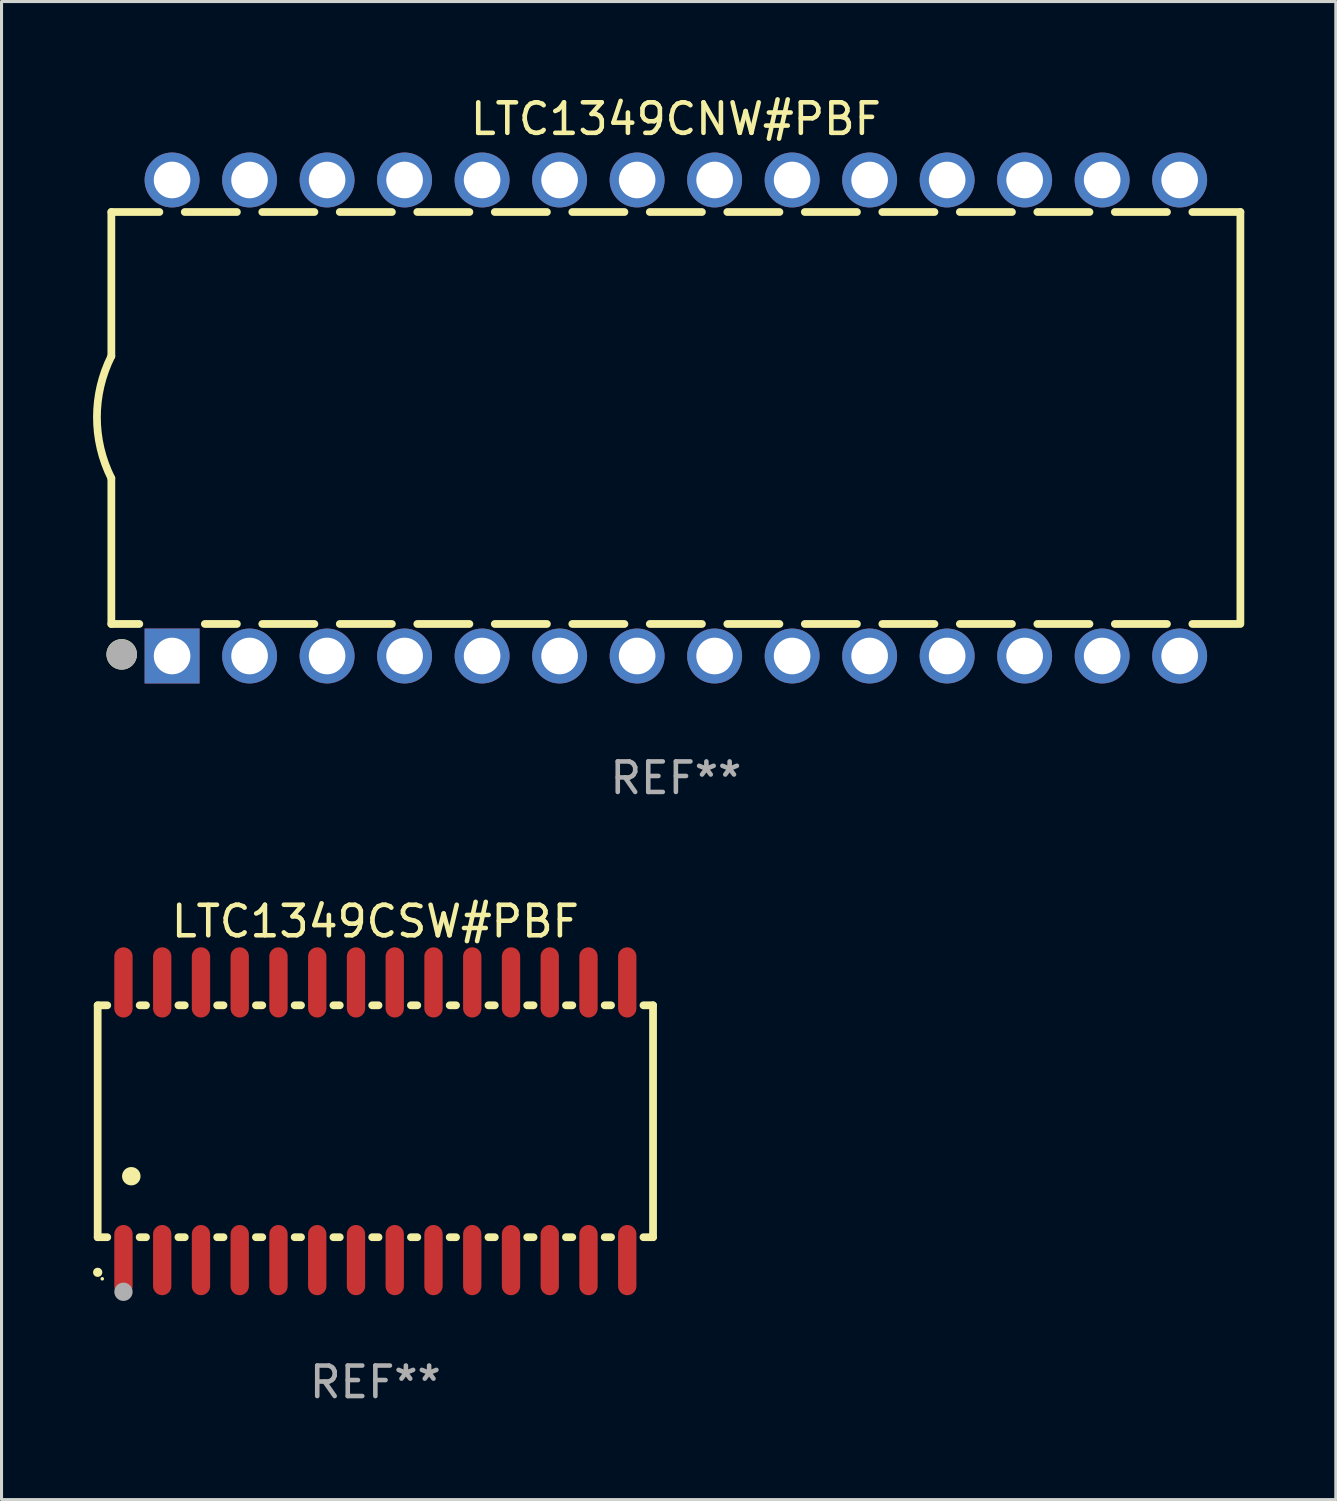
<source format=kicad_pcb>
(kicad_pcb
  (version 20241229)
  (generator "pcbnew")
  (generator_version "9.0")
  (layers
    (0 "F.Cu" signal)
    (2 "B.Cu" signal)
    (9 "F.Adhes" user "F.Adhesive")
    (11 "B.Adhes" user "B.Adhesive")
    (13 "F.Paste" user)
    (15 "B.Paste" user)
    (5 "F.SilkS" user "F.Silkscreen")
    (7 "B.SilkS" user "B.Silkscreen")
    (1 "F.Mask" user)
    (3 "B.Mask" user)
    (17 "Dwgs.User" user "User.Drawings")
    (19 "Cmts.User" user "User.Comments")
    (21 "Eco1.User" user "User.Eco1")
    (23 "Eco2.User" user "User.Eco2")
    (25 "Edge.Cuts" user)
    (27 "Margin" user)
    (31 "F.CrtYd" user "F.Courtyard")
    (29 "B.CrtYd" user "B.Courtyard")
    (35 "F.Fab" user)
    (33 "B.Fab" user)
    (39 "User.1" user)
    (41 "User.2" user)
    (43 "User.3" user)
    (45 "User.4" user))
  (footprint "LTC1349CNW#PBF"
    (layer "F.Cu")
    (at 19.099 10.648)
    (property "Reference" "LTC1349CNW#PBF" (at 0 -9.8 0) (layer "F.SilkS") (effects (font (size 1 1) (thickness 0.15))))
    (attr through_hole)
    (fp_line (start -18.5 -6.75) (end -18.5 -2.026) (stroke (width 0.254) (type solid)) (layer "F.SilkS"))
    (fp_line (start -18.5 -6.75) (end -16.926 -6.75) (stroke (width 0.254) (type solid)) (layer "F.SilkS"))
    (fp_line (start -18.5 6.75) (end -18.5 1.974) (stroke (width 0.254) (type solid)) (layer "F.SilkS"))
    (fp_line (start -18.5 6.75) (end -17.584 6.75) (stroke (width 0.254) (type solid)) (layer "F.SilkS"))
    (fp_line (start -16.094 -6.75) (end -14.386 -6.75) (stroke (width 0.254) (type solid)) (layer "F.SilkS"))
    (fp_line (start -15.436 6.75) (end -14.386 6.75) (stroke (width 0.254) (type solid)) (layer "F.SilkS"))
    (fp_line (start -13.554 -6.75) (end -11.846 -6.75) (stroke (width 0.254) (type solid)) (layer "F.SilkS"))
    (fp_line (start -13.554 6.75) (end -11.846 6.75) (stroke (width 0.254) (type solid)) (layer "F.SilkS"))
    (fp_line (start -11.014 -6.75) (end -9.306 -6.75) (stroke (width 0.254) (type solid)) (layer "F.SilkS"))
    (fp_line (start -11.014 6.75) (end -9.306 6.75) (stroke (width 0.254) (type solid)) (layer "F.SilkS"))
    (fp_line (start -8.474 -6.75) (end -6.766 -6.75) (stroke (width 0.254) (type solid)) (layer "F.SilkS"))
    (fp_line (start -8.474 6.75) (end -6.766 6.75) (stroke (width 0.254) (type solid)) (layer "F.SilkS"))
    (fp_line (start -5.934 -6.75) (end -4.226 -6.75) (stroke (width 0.254) (type solid)) (layer "F.SilkS"))
    (fp_line (start -5.934 6.75) (end -4.226 6.75) (stroke (width 0.254) (type solid)) (layer "F.SilkS"))
    (fp_line (start -3.394 -6.75) (end -1.686 -6.75) (stroke (width 0.254) (type solid)) (layer "F.SilkS"))
    (fp_line (start -3.394 6.75) (end -1.686 6.75) (stroke (width 0.254) (type solid)) (layer "F.SilkS"))
    (fp_line (start -0.854 -6.75) (end 0.854 -6.75) (stroke (width 0.254) (type solid)) (layer "F.SilkS"))
    (fp_line (start -0.854 6.75) (end 0.854 6.75) (stroke (width 0.254) (type solid)) (layer "F.SilkS"))
    (fp_line (start 1.686 -6.75) (end 3.394 -6.75) (stroke (width 0.254) (type solid)) (layer "F.SilkS"))
    (fp_line (start 1.686 6.75) (end 3.394 6.75) (stroke (width 0.254) (type solid)) (layer "F.SilkS"))
    (fp_line (start 4.226 -6.75) (end 5.934 -6.75) (stroke (width 0.254) (type solid)) (layer "F.SilkS"))
    (fp_line (start 4.226 6.75) (end 5.934 6.75) (stroke (width 0.254) (type solid)) (layer "F.SilkS"))
    (fp_line (start 6.766 -6.75) (end 8.474 -6.75) (stroke (width 0.254) (type solid)) (layer "F.SilkS"))
    (fp_line (start 6.766 6.75) (end 8.474 6.75) (stroke (width 0.254) (type solid)) (layer "F.SilkS"))
    (fp_line (start 9.306 -6.75) (end 11.014 -6.75) (stroke (width 0.254) (type solid)) (layer "F.SilkS"))
    (fp_line (start 9.306 6.75) (end 11.014 6.75) (stroke (width 0.254) (type solid)) (layer "F.SilkS"))
    (fp_line (start 11.846 -6.75) (end 13.554 -6.75) (stroke (width 0.254) (type solid)) (layer "F.SilkS"))
    (fp_line (start 11.846 6.75) (end 13.554 6.75) (stroke (width 0.254) (type solid)) (layer "F.SilkS"))
    (fp_line (start 14.386 -6.75) (end 16.094 -6.75) (stroke (width 0.254) (type solid)) (layer "F.SilkS"))
    (fp_line (start 14.386 6.75) (end 16.094 6.75) (stroke (width 0.254) (type solid)) (layer "F.SilkS"))
    (fp_line (start 16.926 -6.75) (end 18.5 -6.75) (stroke (width 0.254) (type solid)) (layer "F.SilkS"))
    (fp_line (start 16.926 6.75) (end 18.415 6.75) (stroke (width 0.254) (type solid)) (layer "F.SilkS"))
    (fp_line (start 18.5 6.75) (end 18.5 -6.75) (stroke (width 0.254) (type solid)) (layer "F.SilkS"))
    (fp_arc (start -18.500051 1.974384) (mid -18.972187 -0.025616) (end -18.500051 -2.025616) (stroke (width 0.254001) (type solid)) (layer "F.SilkS"))
    (fp_circle (center -18.5 7.8) (end -18.47 7.8) (stroke (width 0.06) (type solid)) (fill no) (layer "F.SilkS"))
    (fp_circle (center -18.161 7.747) (end -17.911 7.747) (stroke (width 0.5) (type solid)) (fill no) (layer "F.SilkS"))
    (fp_circle (center -18.161 7.747) (end -17.911 7.747) (stroke (width 0.5) (type solid)) (fill no) (layer "F.Fab"))
    (fp_text user "REF**" (at 0 11.8 0) (layer "F.Fab") (effects (font (size 1 1) (thickness 0.15))))
    (pad "1" thru_hole rect (at -16.51 7.8) (size 1.8 1.8) (drill 1.2) (layers "*.Cu" "*.Mask"))
    (pad "2" thru_hole circle (at -13.97 7.8) (size 1.8 1.8) (drill 1.2) (layers "*.Cu" "*.Mask"))
    (pad "3" thru_hole circle (at -11.43 7.8) (size 1.8 1.8) (drill 1.2) (layers "*.Cu" "*.Mask"))
    (pad "4" thru_hole circle (at -8.89 7.8) (size 1.8 1.8) (drill 1.2) (layers "*.Cu" "*.Mask"))
    (pad "5" thru_hole circle (at -6.35 7.8) (size 1.8 1.8) (drill 1.2) (layers "*.Cu" "*.Mask"))
    (pad "6" thru_hole circle (at -3.81 7.8) (size 1.8 1.8) (drill 1.2) (layers "*.Cu" "*.Mask"))
    (pad "7" thru_hole circle (at -1.27 7.8) (size 1.8 1.8) (drill 1.2) (layers "*.Cu" "*.Mask"))
    (pad "8" thru_hole circle (at 1.27 7.8) (size 1.8 1.8) (drill 1.2) (layers "*.Cu" "*.Mask"))
    (pad "9" thru_hole circle (at 3.81 7.8) (size 1.8 1.8) (drill 1.2) (layers "*.Cu" "*.Mask"))
    (pad "10" thru_hole circle (at 6.35 7.8) (size 1.8 1.8) (drill 1.2) (layers "*.Cu" "*.Mask"))
    (pad "11" thru_hole circle (at 8.89 7.8) (size 1.8 1.8) (drill 1.2) (layers "*.Cu" "*.Mask"))
    (pad "12" thru_hole circle (at 11.43 7.8) (size 1.8 1.8) (drill 1.2) (layers "*.Cu" "*.Mask"))
    (pad "13" thru_hole circle (at 13.97 7.8) (size 1.8 1.8) (drill 1.2) (layers "*.Cu" "*.Mask"))
    (pad "14" thru_hole circle (at 16.51 7.8) (size 1.8 1.8) (drill 1.2) (layers "*.Cu" "*.Mask"))
    (pad "15" thru_hole circle (at 16.51 -7.8) (size 1.8 1.8) (drill 1.2) (layers "*.Cu" "*.Mask"))
    (pad "16" thru_hole circle (at 13.97 -7.8) (size 1.8 1.8) (drill 1.2) (layers "*.Cu" "*.Mask"))
    (pad "17" thru_hole circle (at 11.43 -7.8) (size 1.8 1.8) (drill 1.2) (layers "*.Cu" "*.Mask"))
    (pad "18" thru_hole circle (at 8.89 -7.8) (size 1.8 1.8) (drill 1.2) (layers "*.Cu" "*.Mask"))
    (pad "19" thru_hole circle (at 6.35 -7.8) (size 1.8 1.8) (drill 1.2) (layers "*.Cu" "*.Mask"))
    (pad "20" thru_hole circle (at 3.81 -7.8) (size 1.8 1.8) (drill 1.2) (layers "*.Cu" "*.Mask"))
    (pad "21" thru_hole circle (at 1.27 -7.8) (size 1.8 1.8) (drill 1.2) (layers "*.Cu" "*.Mask"))
    (pad "22" thru_hole circle (at -1.27 -7.8) (size 1.8 1.8) (drill 1.2) (layers "*.Cu" "*.Mask"))
    (pad "23" thru_hole circle (at -3.81 -7.8) (size 1.8 1.8) (drill 1.2) (layers "*.Cu" "*.Mask"))
    (pad "24" thru_hole circle (at -6.35 -7.8) (size 1.8 1.8) (drill 1.2) (layers "*.Cu" "*.Mask"))
    (pad "25" thru_hole circle (at -8.89 -7.8) (size 1.8 1.8) (drill 1.2) (layers "*.Cu" "*.Mask"))
    (pad "26" thru_hole circle (at -11.43 -7.8) (size 1.8 1.8) (drill 1.2) (layers "*.Cu" "*.Mask"))
    (pad "27" thru_hole circle (at -13.97 -7.8) (size 1.8 1.8) (drill 1.2) (layers "*.Cu" "*.Mask"))
    (pad "28" thru_hole circle (at -16.51 -7.8) (size 1.8 1.8) (drill 1.2) (layers "*.Cu" "*.Mask")))
  (footprint "LTC1349CSW#PBF"
    (layer "F.Cu")
    (at 9.251 33.695)
    (property "Reference" "LTC1349CSW#PBF" (at 0 -6.55 0) (layer "F.SilkS") (effects (font (size 1 1) (thickness 0.15))))
    (attr through_hole)
    (fp_line (start -9.1 -3.8) (end -9.1 3.8) (stroke (width 0.254) (type solid)) (layer "F.SilkS"))
    (fp_line (start -9.1 -3.8) (end -8.786 -3.8) (stroke (width 0.254) (type solid)) (layer "F.SilkS"))
    (fp_line (start -9.1 3.8) (end -8.786 3.8) (stroke (width 0.254) (type solid)) (layer "F.SilkS"))
    (fp_line (start -7.724 -3.8) (end -7.516 -3.8) (stroke (width 0.254) (type solid)) (layer "F.SilkS"))
    (fp_line (start -7.724 3.8) (end -7.516 3.8) (stroke (width 0.254) (type solid)) (layer "F.SilkS"))
    (fp_line (start -6.454 -3.8) (end -6.246 -3.8) (stroke (width 0.254) (type solid)) (layer "F.SilkS"))
    (fp_line (start -6.454 3.8) (end -6.246 3.8) (stroke (width 0.254) (type solid)) (layer "F.SilkS"))
    (fp_line (start -5.184 -3.8) (end -4.976 -3.8) (stroke (width 0.254) (type solid)) (layer "F.SilkS"))
    (fp_line (start -5.184 3.8) (end -4.976 3.8) (stroke (width 0.254) (type solid)) (layer "F.SilkS"))
    (fp_line (start -3.914 -3.8) (end -3.706 -3.8) (stroke (width 0.254) (type solid)) (layer "F.SilkS"))
    (fp_line (start -3.914 3.8) (end -3.706 3.8) (stroke (width 0.254) (type solid)) (layer "F.SilkS"))
    (fp_line (start -2.644 -3.8) (end -2.436 -3.8) (stroke (width 0.254) (type solid)) (layer "F.SilkS"))
    (fp_line (start -2.644 3.8) (end -2.436 3.8) (stroke (width 0.254) (type solid)) (layer "F.SilkS"))
    (fp_line (start -1.374 -3.8) (end -1.166 -3.8) (stroke (width 0.254) (type solid)) (layer "F.SilkS"))
    (fp_line (start -1.374 3.8) (end -1.166 3.8) (stroke (width 0.254) (type solid)) (layer "F.SilkS"))
    (fp_line (start -0.104 -3.8) (end 0.104 -3.8) (stroke (width 0.254) (type solid)) (layer "F.SilkS"))
    (fp_line (start -0.104 3.8) (end 0.104 3.8) (stroke (width 0.254) (type solid)) (layer "F.SilkS"))
    (fp_line (start 1.166 -3.8) (end 1.374 -3.8) (stroke (width 0.254) (type solid)) (layer "F.SilkS"))
    (fp_line (start 1.166 3.8) (end 1.374 3.8) (stroke (width 0.254) (type solid)) (layer "F.SilkS"))
    (fp_line (start 2.436 -3.8) (end 2.644 -3.8) (stroke (width 0.254) (type solid)) (layer "F.SilkS"))
    (fp_line (start 2.436 3.8) (end 2.644 3.8) (stroke (width 0.254) (type solid)) (layer "F.SilkS"))
    (fp_line (start 3.706 -3.8) (end 3.914 -3.8) (stroke (width 0.254) (type solid)) (layer "F.SilkS"))
    (fp_line (start 3.706 3.8) (end 3.914 3.8) (stroke (width 0.254) (type solid)) (layer "F.SilkS"))
    (fp_line (start 4.976 -3.8) (end 5.184 -3.8) (stroke (width 0.254) (type solid)) (layer "F.SilkS"))
    (fp_line (start 4.976 3.8) (end 5.184 3.8) (stroke (width 0.254) (type solid)) (layer "F.SilkS"))
    (fp_line (start 6.246 -3.8) (end 6.454 -3.8) (stroke (width 0.254) (type solid)) (layer "F.SilkS"))
    (fp_line (start 6.246 3.8) (end 6.454 3.8) (stroke (width 0.254) (type solid)) (layer "F.SilkS"))
    (fp_line (start 7.516 -3.8) (end 7.724 -3.8) (stroke (width 0.254) (type solid)) (layer "F.SilkS"))
    (fp_line (start 7.516 3.8) (end 7.724 3.8) (stroke (width 0.254) (type solid)) (layer "F.SilkS"))
    (fp_line (start 8.786 -3.8) (end 9.1 -3.8) (stroke (width 0.254) (type solid)) (layer "F.SilkS"))
    (fp_line (start 8.786 3.8) (end 9.1 3.8) (stroke (width 0.254) (type solid)) (layer "F.SilkS"))
    (fp_line (start 9.1 -3.8) (end 9.1 3.8) (stroke (width 0.254) (type solid)) (layer "F.SilkS"))
    (fp_arc (start -9.100864 4.95047) (mid -9.099594 4.950465) (end -9.098324 4.95047) (stroke (width 0.3) (type solid)) (layer "F.SilkS"))
    (fp_arc (start -8.001041 1.800864) (mid -7.998501 1.800853) (end -7.995961 1.800864) (stroke (width 0.6) (type solid)) (layer "F.SilkS"))
    (fp_circle (center -8.95 5.163) (end -8.92 5.163) (stroke (width 0.06) (type solid)) (fill no) (layer "F.SilkS"))
    (fp_circle (center -8.255 5.588) (end -8.105 5.588) (stroke (width 0.3) (type solid)) (fill no) (layer "F.Fab"))
    (fp_text user "REF**" (at 0 8.55 0) (layer "F.Fab") (effects (font (size 1 1) (thickness 0.15))))
    (pad "1" smd oval (at -8.255 4.55 180) (size 0.6 2.3) (layers "F.Cu" "F.Mask" "F.Paste"))
    (pad "2" smd oval (at -6.985 4.55 180) (size 0.6 2.3) (layers "F.Cu" "F.Mask" "F.Paste"))
    (pad "3" smd oval (at -5.715 4.55 180) (size 0.6 2.3) (layers "F.Cu" "F.Mask" "F.Paste"))
    (pad "4" smd oval (at -4.445 4.55 180) (size 0.6 2.3) (layers "F.Cu" "F.Mask" "F.Paste"))
    (pad "5" smd oval (at -3.175 4.55 180) (size 0.6 2.3) (layers "F.Cu" "F.Mask" "F.Paste"))
    (pad "6" smd oval (at -1.905 4.55 180) (size 0.6 2.3) (layers "F.Cu" "F.Mask" "F.Paste"))
    (pad "7" smd oval (at -0.635 4.55 180) (size 0.6 2.3) (layers "F.Cu" "F.Mask" "F.Paste"))
    (pad "8" smd oval (at 0.635 4.55 180) (size 0.6 2.3) (layers "F.Cu" "F.Mask" "F.Paste"))
    (pad "9" smd oval (at 1.905 4.55 180) (size 0.6 2.3) (layers "F.Cu" "F.Mask" "F.Paste"))
    (pad "10" smd oval (at 3.175 4.55 180) (size 0.6 2.3) (layers "F.Cu" "F.Mask" "F.Paste"))
    (pad "11" smd oval (at 4.445 4.55 180) (size 0.6 2.3) (layers "F.Cu" "F.Mask" "F.Paste"))
    (pad "12" smd oval (at 5.715 4.55 180) (size 0.6 2.3) (layers "F.Cu" "F.Mask" "F.Paste"))
    (pad "13" smd oval (at 6.985 4.55 180) (size 0.6 2.3) (layers "F.Cu" "F.Mask" "F.Paste"))
    (pad "14" smd oval (at 8.255 4.55 180) (size 0.6 2.3) (layers "F.Cu" "F.Mask" "F.Paste"))
    (pad "15" smd oval (at 8.255 -4.55 180) (size 0.6 2.3) (layers "F.Cu" "F.Mask" "F.Paste"))
    (pad "16" smd oval (at 6.985 -4.55 180) (size 0.6 2.3) (layers "F.Cu" "F.Mask" "F.Paste"))
    (pad "17" smd oval (at 5.715 -4.55 180) (size 0.6 2.3) (layers "F.Cu" "F.Mask" "F.Paste"))
    (pad "18" smd oval (at 4.445 -4.55 180) (size 0.6 2.3) (layers "F.Cu" "F.Mask" "F.Paste"))
    (pad "19" smd oval (at 3.175 -4.55 180) (size 0.6 2.3) (layers "F.Cu" "F.Mask" "F.Paste"))
    (pad "20" smd oval (at 1.905 -4.55 180) (size 0.6 2.3) (layers "F.Cu" "F.Mask" "F.Paste"))
    (pad "21" smd oval (at 0.635 -4.55 180) (size 0.6 2.3) (layers "F.Cu" "F.Mask" "F.Paste"))
    (pad "22" smd oval (at -0.635 -4.55 180) (size 0.6 2.3) (layers "F.Cu" "F.Mask" "F.Paste"))
    (pad "23" smd oval (at -1.905 -4.55 180) (size 0.6 2.3) (layers "F.Cu" "F.Mask" "F.Paste"))
    (pad "24" smd oval (at -3.175 -4.55 180) (size 0.6 2.3) (layers "F.Cu" "F.Mask" "F.Paste"))
    (pad "25" smd oval (at -4.445 -4.55 180) (size 0.6 2.3) (layers "F.Cu" "F.Mask" "F.Paste"))
    (pad "26" smd oval (at -5.715 -4.55 180) (size 0.6 2.3) (layers "F.Cu" "F.Mask" "F.Paste"))
    (pad "27" smd oval (at -6.985 -4.55 180) (size 0.6 2.3) (layers "F.Cu" "F.Mask" "F.Paste"))
    (pad "28" smd oval (at -8.255 -4.55 180) (size 0.6 2.3) (layers "F.Cu" "F.Mask" "F.Paste")))
  (gr_rect
    (start -3 -3)
    (end 40.726 46.093)
    (stroke (width 0.1) (type default))
    (fill no)
    (layer "Edge.Cuts")))
</source>
